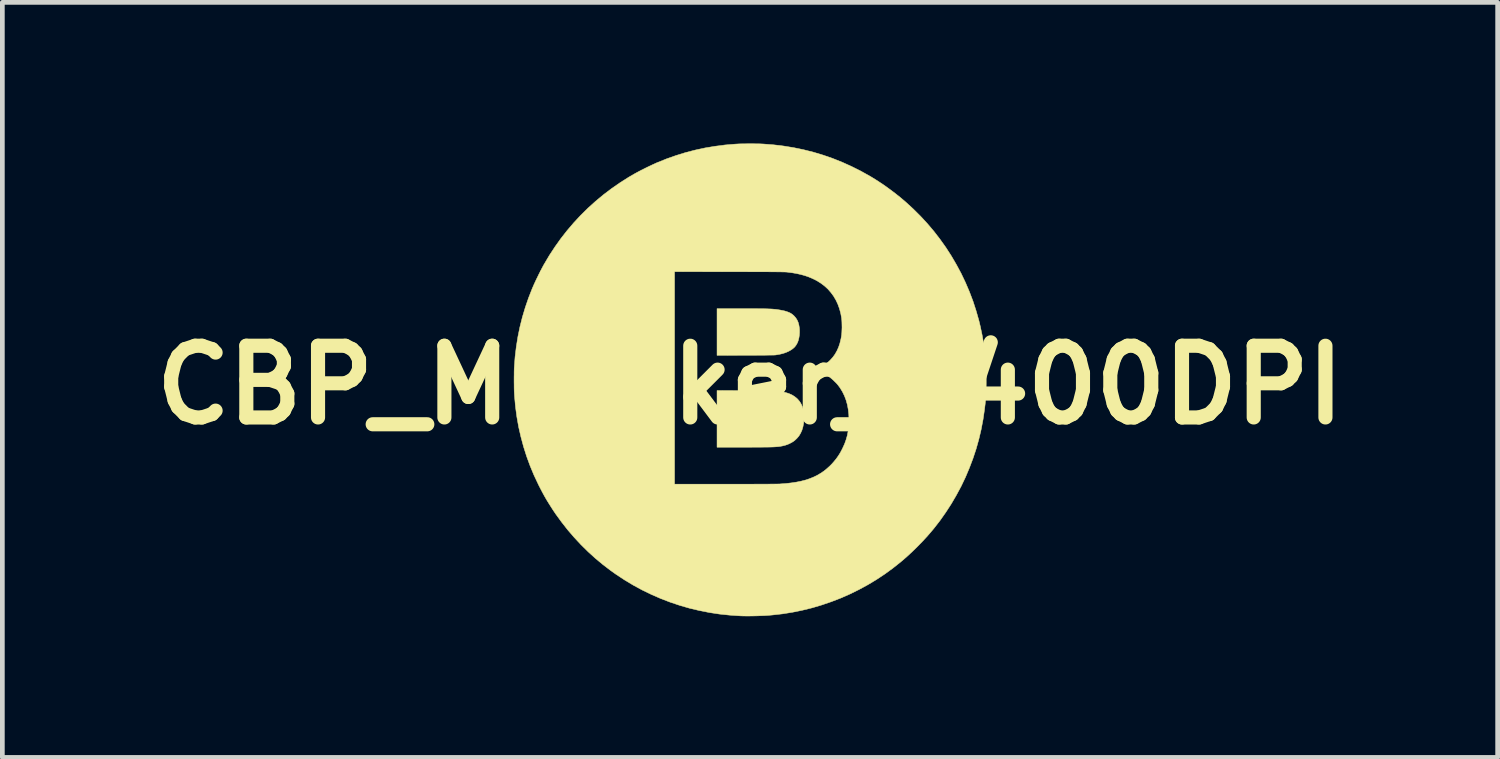
<source format=kicad_pcb>
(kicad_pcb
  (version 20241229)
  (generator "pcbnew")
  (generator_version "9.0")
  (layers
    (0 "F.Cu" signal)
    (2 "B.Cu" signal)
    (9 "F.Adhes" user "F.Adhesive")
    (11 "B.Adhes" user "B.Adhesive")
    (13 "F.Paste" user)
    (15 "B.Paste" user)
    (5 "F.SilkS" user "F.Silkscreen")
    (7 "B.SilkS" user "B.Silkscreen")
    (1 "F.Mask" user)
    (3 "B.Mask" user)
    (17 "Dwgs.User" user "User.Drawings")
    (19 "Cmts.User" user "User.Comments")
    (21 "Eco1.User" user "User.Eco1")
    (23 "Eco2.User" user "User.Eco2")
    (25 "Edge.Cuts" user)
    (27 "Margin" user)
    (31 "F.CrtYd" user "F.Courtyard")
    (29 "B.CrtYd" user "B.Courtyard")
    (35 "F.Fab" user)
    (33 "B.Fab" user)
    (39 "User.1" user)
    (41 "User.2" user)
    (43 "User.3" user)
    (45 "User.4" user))
  (footprint "CBP_Moniker_5400DPI"
    (layer "F.Cu")
    (at 12.889 5.132)
    (property "Reference" "CBP_Moniker_5400DPI" (at 0 0 0) (layer "F.SilkS") (effects (font (size 1.524 1.524) (thickness 0.3))))
    (attr through_hole)
    (fp_poly (pts (xy -0.185 -1.623) (xy -0.089 -1.623) (xy -0.003 -1.623) (xy 0.075 -1.622) (xy 0.146 -1.622) (xy 0.209 -1.621) (xy 0.266 -1.621) (xy 0.317 -1.62) (xy 0.363 -1.619) (xy 0.404 -1.617) (xy 0.442 -1.616) (xy 0.475 -1.614) (xy 0.506 -1.611) (xy 0.534 -1.609) (xy 0.561 -1.606) (xy 0.587 -1.602) (xy 0.612 -1.598) (xy 0.637 -1.594) (xy 0.662 -1.589) (xy 0.673 -1.587) (xy 0.731 -1.575) (xy 0.781 -1.56) (xy 0.824 -1.544) (xy 0.862 -1.526) (xy 0.895 -1.504) (xy 0.926 -1.478) (xy 0.936 -1.468) (xy 0.971 -1.428) (xy 1 -1.383) (xy 1.022 -1.334) (xy 1.038 -1.278) (xy 1.048 -1.217) (xy 1.052 -1.171) (xy 1.052 -1.114) (xy 1.048 -1.056) (xy 1.039 -1) (xy 1.026 -0.948) (xy 1.009 -0.902) (xy 1.004 -0.892) (xy 0.978 -0.846) (xy 0.947 -0.806) (xy 0.908 -0.771) (xy 0.862 -0.74) (xy 0.821 -0.717) (xy 0.776 -0.697) (xy 0.731 -0.68) (xy 0.683 -0.666) (xy 0.63 -0.653) (xy 0.571 -0.643) (xy 0.548 -0.639) (xy 0.539 -0.638) (xy 0.524 -0.637) (xy 0.502 -0.636) (xy 0.474 -0.636) (xy 0.44 -0.635) (xy 0.398 -0.635) (xy 0.349 -0.634) (xy 0.292 -0.633) (xy 0.227 -0.633) (xy 0.154 -0.633) (xy 0.073 -0.632) (xy -0.018 -0.632) (xy -0.095 -0.632) (xy -0.701 -0.63) (xy -0.701 -1.623) (xy -0.185 -1.623)) (stroke (width 0.01) (type solid)) (fill yes) (layer "F.SilkS"))
    (fp_poly (pts (xy -0.083 0.119) (xy 0.007 0.119) (xy 0.089 0.12) (xy 0.163 0.12) (xy 0.229 0.12) (xy 0.288 0.121) (xy 0.34 0.121) (xy 0.386 0.121) (xy 0.426 0.122) (xy 0.462 0.123) (xy 0.493 0.123) (xy 0.52 0.124) (xy 0.543 0.125) (xy 0.564 0.127) (xy 0.582 0.128) (xy 0.599 0.13) (xy 0.614 0.131) (xy 0.629 0.133) (xy 0.644 0.136) (xy 0.659 0.138) (xy 0.675 0.141) (xy 0.755 0.159) (xy 0.827 0.182) (xy 0.892 0.211) (xy 0.949 0.247) (xy 1 0.288) (xy 1.042 0.335) (xy 1.062 0.362) (xy 1.091 0.411) (xy 1.114 0.464) (xy 1.13 0.52) (xy 1.141 0.581) (xy 1.146 0.647) (xy 1.146 0.734) (xy 1.139 0.816) (xy 1.124 0.892) (xy 1.103 0.962) (xy 1.074 1.025) (xy 1.039 1.083) (xy 0.996 1.134) (xy 0.947 1.18) (xy 0.891 1.218) (xy 0.827 1.251) (xy 0.758 1.277) (xy 0.722 1.287) (xy 0.703 1.291) (xy 0.684 1.296) (xy 0.665 1.299) (xy 0.646 1.303) (xy 0.625 1.306) (xy 0.603 1.309) (xy 0.578 1.311) (xy 0.551 1.313) (xy 0.52 1.315) (xy 0.485 1.317) (xy 0.446 1.318) (xy 0.403 1.319) (xy 0.353 1.32) (xy 0.298 1.32) (xy 0.236 1.321) (xy 0.168 1.321) (xy 0.091 1.321) (xy 0.007 1.322) (xy -0.086 1.322) (xy -0.131 1.322) (xy -0.701 1.322) (xy -0.701 0.117) (xy -0.083 0.119)) (stroke (width 0.01) (type solid)) (fill yes) (layer "F.SilkS"))
    (fp_poly (pts (xy 0.064 -5.127) (xy 0.118 -5.126) (xy 0.168 -5.126) (xy 0.213 -5.125) (xy 0.252 -5.123) (xy 0.278 -5.122) (xy 0.497 -5.105) (xy 0.714 -5.079) (xy 0.928 -5.044) (xy 1.14 -5) (xy 1.35 -4.947) (xy 1.556 -4.885) (xy 1.76 -4.814) (xy 1.96 -4.734) (xy 2.157 -4.645) (xy 2.351 -4.548) (xy 2.541 -4.442) (xy 2.582 -4.418) (xy 2.708 -4.34) (xy 2.836 -4.255) (xy 2.963 -4.164) (xy 3.088 -4.07) (xy 3.209 -3.973) (xy 3.31 -3.887) (xy 3.469 -3.741) (xy 3.622 -3.589) (xy 3.768 -3.431) (xy 3.907 -3.267) (xy 4.038 -3.097) (xy 4.162 -2.923) (xy 4.278 -2.743) (xy 4.386 -2.558) (xy 4.487 -2.37) (xy 4.579 -2.177) (xy 4.663 -1.98) (xy 4.739 -1.78) (xy 4.805 -1.576) (xy 4.864 -1.369) (xy 4.894 -1.244) (xy 4.932 -1.064) (xy 4.964 -0.883) (xy 4.988 -0.701) (xy 5.007 -0.515) (xy 5.014 -0.412) (xy 5.015 -0.391) (xy 5.016 -0.363) (xy 5.017 -0.327) (xy 5.018 -0.287) (xy 5.018 -0.242) (xy 5.019 -0.195) (xy 5.019 -0.147) (xy 5.019 -0.111) (xy 5.019 -0.03) (xy 5.018 0.043) (xy 5.016 0.109) (xy 5.014 0.171) (xy 5.011 0.23) (xy 5.007 0.288) (xy 5.003 0.346) (xy 4.997 0.406) (xy 4.989 0.47) (xy 4.983 0.522) (xy 4.952 0.734) (xy 4.912 0.944) (xy 4.863 1.152) (xy 4.805 1.358) (xy 4.738 1.561) (xy 4.662 1.761) (xy 4.579 1.958) (xy 4.487 2.151) (xy 4.386 2.339) (xy 4.278 2.524) (xy 4.162 2.703) (xy 4.039 2.878) (xy 3.908 3.047) (xy 3.872 3.09) (xy 3.771 3.208) (xy 3.662 3.326) (xy 3.549 3.442) (xy 3.433 3.555) (xy 3.315 3.663) (xy 3.203 3.759) (xy 3.036 3.892) (xy 2.863 4.018) (xy 2.685 4.136) (xy 2.502 4.246) (xy 2.314 4.348) (xy 2.123 4.442) (xy 1.927 4.528) (xy 1.728 4.605) (xy 1.526 4.674) (xy 1.321 4.735) (xy 1.114 4.786) (xy 0.904 4.829) (xy 0.693 4.863) (xy 0.48 4.887) (xy 0.459 4.889) (xy 0.388 4.895) (xy 0.312 4.9) (xy 0.232 4.903) (xy 0.15 4.906) (xy 0.068 4.908) (xy -0.011 4.909) (xy -0.087 4.909) (xy -0.158 4.908) (xy -0.208 4.906) (xy -0.429 4.891) (xy -0.648 4.868) (xy -0.864 4.835) (xy -1.077 4.793) (xy -1.287 4.743) (xy -1.494 4.683) (xy -1.697 4.615) (xy -1.898 4.538) (xy -2.095 4.452) (xy -2.289 4.358) (xy -2.479 4.255) (xy -2.666 4.143) (xy -2.848 4.023) (xy -2.962 3.942) (xy -3.127 3.816) (xy -3.288 3.682) (xy -3.443 3.541) (xy -3.593 3.393) (xy -3.737 3.238) (xy -3.875 3.078) (xy -4.005 2.912) (xy -4.128 2.743) (xy -4.179 2.668) (xy -4.231 2.587) (xy -4.279 2.511) (xy -4.324 2.438) (xy -4.366 2.365) (xy -4.407 2.29) (xy -4.449 2.21) (xy -4.493 2.124) (xy -4.499 2.112) (xy -4.501 2.107) (xy -1.604 2.107) (xy -0.521 2.107) (xy -0.396 2.107) (xy -0.277 2.107) (xy -0.164 2.107) (xy -0.057 2.107) (xy 0.043 2.107) (xy 0.137 2.106) (xy 0.223 2.106) (xy 0.302 2.106) (xy 0.373 2.106) (xy 0.437 2.105) (xy 0.492 2.105) (xy 0.54 2.104) (xy 0.578 2.104) (xy 0.609 2.103) (xy 0.63 2.103) (xy 0.64 2.102) (xy 0.763 2.093) (xy 0.877 2.08) (xy 0.984 2.064) (xy 1.084 2.044) (xy 1.177 2.02) (xy 1.265 1.991) (xy 1.347 1.958) (xy 1.424 1.921) (xy 1.497 1.878) (xy 1.567 1.831) (xy 1.633 1.778) (xy 1.698 1.719) (xy 1.729 1.688) (xy 1.783 1.628) (xy 1.832 1.568) (xy 1.876 1.506) (xy 1.918 1.439) (xy 1.957 1.365) (xy 1.968 1.343) (xy 2.009 1.253) (xy 2.041 1.164) (xy 2.067 1.073) (xy 2.085 0.98) (xy 2.097 0.882) (xy 2.102 0.779) (xy 2.103 0.739) (xy 2.099 0.626) (xy 2.087 0.519) (xy 2.068 0.417) (xy 2.041 0.321) (xy 2.006 0.229) (xy 1.964 0.143) (xy 1.914 0.061) (xy 1.874 0.007) (xy 1.853 -0.019) (xy 1.826 -0.048) (xy 1.795 -0.078) (xy 1.764 -0.108) (xy 1.733 -0.136) (xy 1.705 -0.158) (xy 1.704 -0.159) (xy 1.652 -0.196) (xy 1.593 -0.232) (xy 1.531 -0.265) (xy 1.469 -0.293) (xy 1.45 -0.301) (xy 1.433 -0.308) (xy 1.419 -0.314) (xy 1.412 -0.317) (xy 1.411 -0.318) (xy 1.415 -0.321) (xy 1.425 -0.327) (xy 1.441 -0.336) (xy 1.455 -0.344) (xy 1.521 -0.383) (xy 1.579 -0.422) (xy 1.632 -0.462) (xy 1.68 -0.505) (xy 1.703 -0.527) (xy 1.758 -0.588) (xy 1.806 -0.654) (xy 1.847 -0.726) (xy 1.882 -0.804) (xy 1.91 -0.888) (xy 1.932 -0.979) (xy 1.943 -1.041) (xy 1.948 -1.077) (xy 1.951 -1.121) (xy 1.953 -1.17) (xy 1.955 -1.221) (xy 1.954 -1.272) (xy 1.953 -1.322) (xy 1.951 -1.368) (xy 1.947 -1.408) (xy 1.946 -1.421) (xy 1.927 -1.525) (xy 1.9 -1.624) (xy 1.866 -1.718) (xy 1.824 -1.807) (xy 1.775 -1.89) (xy 1.718 -1.967) (xy 1.655 -2.039) (xy 1.584 -2.104) (xy 1.506 -2.163) (xy 1.422 -2.215) (xy 1.378 -2.239) (xy 1.307 -2.272) (xy 1.234 -2.302) (xy 1.159 -2.327) (xy 1.079 -2.349) (xy 0.994 -2.368) (xy 0.903 -2.384) (xy 0.804 -2.397) (xy 0.797 -2.398) (xy 0.788 -2.399) (xy 0.778 -2.4) (xy 0.767 -2.401) (xy 0.754 -2.401) (xy 0.739 -2.402) (xy 0.722 -2.402) (xy 0.701 -2.403) (xy 0.677 -2.403) (xy 0.65 -2.404) (xy 0.618 -2.404) (xy 0.583 -2.404) (xy 0.542 -2.405) (xy 0.496 -2.405) (xy 0.445 -2.405) (xy 0.388 -2.406) (xy 0.325 -2.406) (xy 0.256 -2.406) (xy 0.179 -2.406) (xy 0.096 -2.406) (xy 0.004 -2.406) (xy -0.095 -2.407) (xy -0.203 -2.407) (xy -0.319 -2.407) (xy -0.434 -2.407) (xy -1.604 -2.409) (xy -1.604 2.107) (xy -4.501 2.107) (xy -4.591 1.916) (xy -4.674 1.717) (xy -4.748 1.515) (xy -4.813 1.31) (xy -4.869 1.102) (xy -4.917 0.892) (xy -4.955 0.679) (xy -4.984 0.463) (xy -5.004 0.245) (xy -5.009 0.165) (xy -5.011 0.133) (xy -5.012 0.093) (xy -5.013 0.047) (xy -5.013 -0.004) (xy -5.014 -0.058) (xy -5.014 -0.113) (xy -5.014 -0.168) (xy -5.013 -0.221) (xy -5.013 -0.271) (xy -5.012 -0.316) (xy -5.011 -0.355) (xy -5.009 -0.381) (xy -4.993 -0.599) (xy -4.967 -0.814) (xy -4.933 -1.026) (xy -4.89 -1.235) (xy -4.838 -1.442) (xy -4.777 -1.646) (xy -4.707 -1.85) (xy -4.628 -2.052) (xy -4.612 -2.088) (xy -4.593 -2.132) (xy -4.57 -2.182) (xy -4.545 -2.236) (xy -4.517 -2.293) (xy -4.489 -2.351) (xy -4.46 -2.408) (xy -4.432 -2.463) (xy -4.406 -2.512) (xy -4.382 -2.556) (xy -4.376 -2.566) (xy -4.265 -2.754) (xy -4.145 -2.937) (xy -4.019 -3.114) (xy -3.885 -3.285) (xy -3.744 -3.45) (xy -3.597 -3.608) (xy -3.443 -3.76) (xy -3.282 -3.905) (xy -3.115 -4.044) (xy -2.942 -4.175) (xy -2.763 -4.299) (xy -2.579 -4.416) (xy -2.453 -4.489) (xy -2.411 -4.512) (xy -2.363 -4.538) (xy -2.309 -4.566) (xy -2.253 -4.594) (xy -2.195 -4.623) (xy -2.137 -4.651) (xy -2.082 -4.677) (xy -2.031 -4.7) (xy -1.986 -4.721) (xy -1.976 -4.725) (xy -1.775 -4.806) (xy -1.573 -4.877) (xy -1.37 -4.94) (xy -1.165 -4.993) (xy -0.958 -5.038) (xy -0.748 -5.073) (xy -0.535 -5.101) (xy -0.319 -5.119) (xy -0.268 -5.122) (xy -0.236 -5.124) (xy -0.196 -5.125) (xy -0.15 -5.126) (xy -0.1 -5.126) (xy -0.046 -5.127) (xy 0.009 -5.127) (xy 0.064 -5.127)) (stroke (width 0.01) (type solid)) (fill yes) (layer "F.SilkS")))
  (gr_rect
    (start -3 -3)
    (end 28.777 13.046)
    (stroke (width 0.1) (type default))
    (fill no)
    (layer "Edge.Cuts")))
</source>
